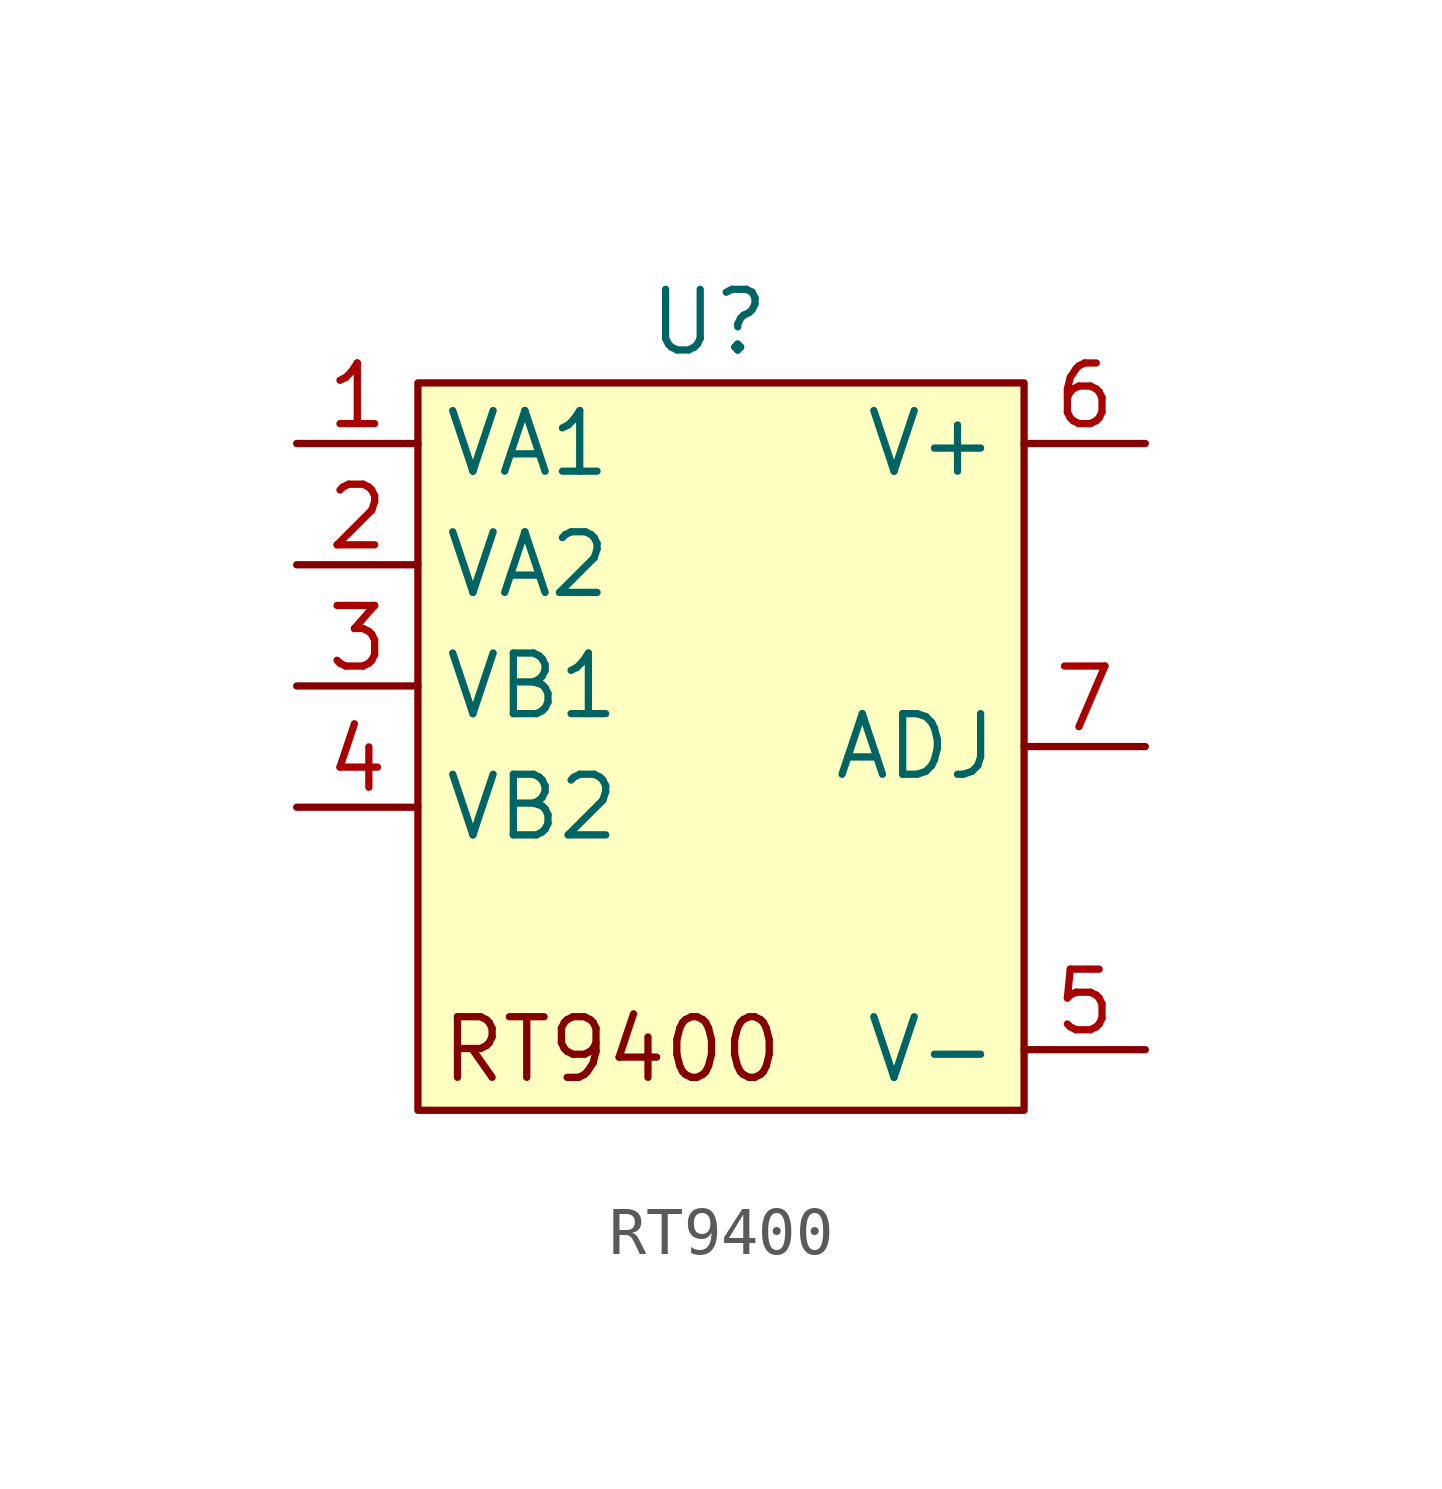
<source format=kicad_sym>
(kicad_symbol_lib
  (version 20241209)
  (generator "kicad_symbol_editor")
  (generator_version "9.0")
  (symbol "RT9400"
    (property "Reference" "U"
      (at 6.096 1.27 0)
      (effects (font (size 1.27 1.27))))
    (property "Value" ""
      (at 0 0 0)
      (effects (font (size 1.27 1.27))))
    (symbol "RT9400_1_1"
      (rectangle (start 0 0) (end 12.7 -15.24) (stroke (width 0) (type solid)) (fill (type background)))
      (text "RT9400" (at 4.064 -13.97 0) (effects (font (size 1.27 1.27))))
      (pin input line (at -2.54 -1.27 0) (length 2.54) (name "VA1" (effects (font (size 1.27 1.27)))) (number "1" (effects (font (size 1.27 1.27)))))
      (pin input line (at -2.54 -3.81 0) (length 2.54) (name "VA2" (effects (font (size 1.27 1.27)))) (number "2" (effects (font (size 1.27 1.27)))))
      (pin input line (at -2.54 -6.35 0) (length 2.54) (name "VB1" (effects (font (size 1.27 1.27)))) (number "3" (effects (font (size 1.27 1.27)))))
      (pin input line (at -2.54 -8.89 0) (length 2.54) (name "VB2" (effects (font (size 1.27 1.27)))) (number "4" (effects (font (size 1.27 1.27)))))
      (pin output line (at 15.24 -1.27 180) (length 2.54) (name "V+" (effects (font (size 1.27 1.27)))) (number "6" (effects (font (size 1.27 1.27)))))
      (pin input line (at 15.24 -7.62 180) (length 2.54) (name "ADJ" (effects (font (size 1.27 1.27)))) (number "7" (effects (font (size 1.27 1.27)))))
      (pin output line (at 15.24 -13.97 180) (length 2.54) (name "V-" (effects (font (size 1.27 1.27)))) (number "5" (effects (font (size 1.27 1.27))))))))
</source>
